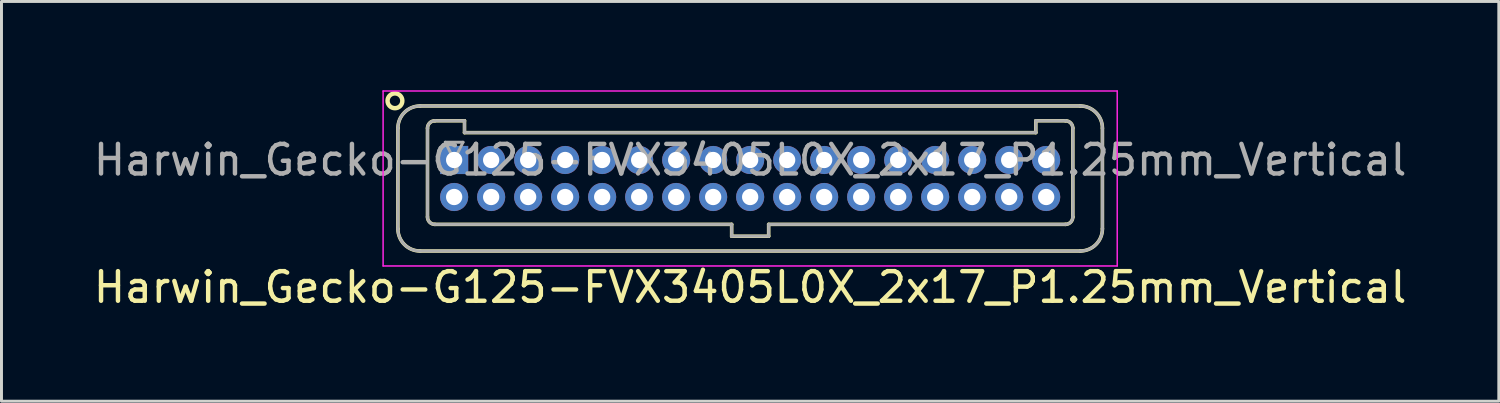
<source format=kicad_pcb>
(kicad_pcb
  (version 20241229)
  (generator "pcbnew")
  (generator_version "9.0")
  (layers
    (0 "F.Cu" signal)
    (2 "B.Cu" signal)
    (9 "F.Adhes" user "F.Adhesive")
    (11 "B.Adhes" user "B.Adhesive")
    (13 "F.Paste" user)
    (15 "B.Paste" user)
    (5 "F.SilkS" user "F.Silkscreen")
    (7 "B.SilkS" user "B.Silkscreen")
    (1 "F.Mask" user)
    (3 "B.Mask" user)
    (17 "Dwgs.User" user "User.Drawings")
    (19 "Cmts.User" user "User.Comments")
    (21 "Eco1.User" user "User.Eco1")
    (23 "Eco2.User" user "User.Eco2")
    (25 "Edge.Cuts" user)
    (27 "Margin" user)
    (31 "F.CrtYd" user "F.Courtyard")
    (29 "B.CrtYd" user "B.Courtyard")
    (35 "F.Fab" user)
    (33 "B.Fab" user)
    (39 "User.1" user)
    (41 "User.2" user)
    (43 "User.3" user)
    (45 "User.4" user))
  (footprint "Harwin_Gecko-G125-FVX3405L0X_2x17_P1.25mm_Vertical"
    (layer "F.Cu")
    (at 12.292 2.355)
    (property "Reference" "Harwin_Gecko-G125-FVX3405L0X_2x17_P1.25mm_Vertical" (at 10 4.3 0) (layer "F.SilkS") (effects (font (size 1 1) (thickness 0.15))))
    (attr through_hole)
    (fp_line (start -1.9 -1.075) (end -1.9 2.325) (stroke (width 0.12) (type solid)) (layer "F.SilkS"))
    (fp_line (start -1.15 -1.825) (end 21.15 -1.825) (stroke (width 0.12) (type solid)) (layer "F.SilkS"))
    (fp_line (start -1.15 3.075) (end 21.15 3.075) (stroke (width 0.12) (type solid)) (layer "F.SilkS"))
    (fp_line (start -0.9 -1.075) (end -0.9 1.925) (stroke (width 0.12) (type solid)) (layer "F.SilkS"))
    (fp_line (start -0.65 -1.325) (end 0.35 -1.325) (stroke (width 0.12) (type solid)) (layer "F.SilkS"))
    (fp_line (start -0.65 2.175) (end 9.375 2.175) (stroke (width 0.12) (type solid)) (layer "F.SilkS"))
    (fp_line (start 0.35 -1.325) (end 0.35 -0.925) (stroke (width 0.12) (type solid)) (layer "F.SilkS"))
    (fp_line (start 0.35 -0.925) (end 19.65 -0.925) (stroke (width 0.12) (type solid)) (layer "F.SilkS"))
    (fp_line (start 9.375 2.175) (end 9.375 2.575) (stroke (width 0.12) (type solid)) (layer "F.SilkS"))
    (fp_line (start 9.375 2.575) (end 10.625 2.575) (stroke (width 0.12) (type solid)) (layer "F.SilkS"))
    (fp_line (start 10.625 2.175) (end 20.65 2.175) (stroke (width 0.12) (type solid)) (layer "F.SilkS"))
    (fp_line (start 10.625 2.575) (end 10.625 2.175) (stroke (width 0.12) (type solid)) (layer "F.SilkS"))
    (fp_line (start 19.65 -1.325) (end 20.65 -1.325) (stroke (width 0.12) (type solid)) (layer "F.SilkS"))
    (fp_line (start 19.65 -0.925) (end 19.65 -1.325) (stroke (width 0.12) (type solid)) (layer "F.SilkS"))
    (fp_line (start 20.9 -1.075) (end 20.9 1.925) (stroke (width 0.12) (type solid)) (layer "F.SilkS"))
    (fp_line (start 21.9 -1.075) (end 21.9 2.325) (stroke (width 0.12) (type solid)) (layer "F.SilkS"))
    (fp_arc (start -1.9 -1.075) (mid -1.68033 -1.60533) (end -1.15 -1.825) (stroke (width 0.12) (type solid)) (layer "F.SilkS"))
    (fp_arc (start -1.15 3.075) (mid -1.68033 2.85533) (end -1.9 2.325) (stroke (width 0.12) (type solid)) (layer "F.SilkS"))
    (fp_arc (start -0.9 -1.075) (mid -0.826777 -1.251777) (end -0.65 -1.325) (stroke (width 0.12) (type solid)) (layer "F.SilkS"))
    (fp_arc (start -0.65 2.175) (mid -0.826777 2.101777) (end -0.9 1.925) (stroke (width 0.12) (type solid)) (layer "F.SilkS"))
    (fp_arc (start 20.65 -1.325) (mid 20.826777 -1.251777) (end 20.9 -1.075) (stroke (width 0.12) (type solid)) (layer "F.SilkS"))
    (fp_arc (start 20.9 1.925) (mid 20.826777 2.101777) (end 20.65 2.175) (stroke (width 0.12) (type solid)) (layer "F.SilkS"))
    (fp_arc (start 21.15 -1.825) (mid 21.68033 -1.60533) (end 21.9 -1.075) (stroke (width 0.12) (type solid)) (layer "F.SilkS"))
    (fp_arc (start 21.9 2.325) (mid 21.68033 2.85533) (end 21.15 3.075) (stroke (width 0.12) (type solid)) (layer "F.SilkS"))
    (fp_circle (center -2 -2) (end -1.75 -2) (stroke (width 0.15) (type solid)) (fill no) (layer "F.SilkS"))
    (fp_line (start -2.4 -2.33) (end -2.4 3.58) (stroke (width 0.05) (type solid)) (layer "F.CrtYd"))
    (fp_line (start -2.4 3.58) (end 22.4 3.58) (stroke (width 0.05) (type solid)) (layer "F.CrtYd"))
    (fp_line (start 22.4 -2.33) (end -2.4 -2.33) (stroke (width 0.05) (type solid)) (layer "F.CrtYd"))
    (fp_line (start 22.4 3.58) (end 22.4 -2.33) (stroke (width 0.05) (type solid)) (layer "F.CrtYd"))
    (fp_line (start -1.9 -1.075) (end -1.9 2.325) (stroke (width 0.1) (type solid)) (layer "F.Fab"))
    (fp_line (start -1.15 -1.825) (end 21.15 -1.825) (stroke (width 0.1) (type solid)) (layer "F.Fab"))
    (fp_line (start -1.15 3.075) (end 21.15 3.075) (stroke (width 0.1) (type solid)) (layer "F.Fab"))
    (fp_line (start -0.9 -1.075) (end -0.9 1.925) (stroke (width 0.1) (type solid)) (layer "F.Fab"))
    (fp_line (start -0.65 -1.325) (end 0.35 -1.325) (stroke (width 0.1) (type solid)) (layer "F.Fab"))
    (fp_line (start -0.65 2.175) (end 9.375 2.175) (stroke (width 0.1) (type solid)) (layer "F.Fab"))
    (fp_line (start -0.3 -0.6) (end 0.3 -0.6) (stroke (width 0.1) (type solid)) (layer "F.Fab"))
    (fp_line (start 0 0) (end -0.3 -0.6) (stroke (width 0.1) (type solid)) (layer "F.Fab"))
    (fp_line (start 0.3 -0.6) (end 0 0) (stroke (width 0.1) (type solid)) (layer "F.Fab"))
    (fp_line (start 0.35 -1.325) (end 0.35 -0.925) (stroke (width 0.1) (type solid)) (layer "F.Fab"))
    (fp_line (start 0.35 -0.925) (end 19.65 -0.925) (stroke (width 0.1) (type solid)) (layer "F.Fab"))
    (fp_line (start 9.375 2.175) (end 9.375 2.575) (stroke (width 0.1) (type solid)) (layer "F.Fab"))
    (fp_line (start 9.375 2.575) (end 10.625 2.575) (stroke (width 0.1) (type solid)) (layer "F.Fab"))
    (fp_line (start 10.625 2.175) (end 20.65 2.175) (stroke (width 0.1) (type solid)) (layer "F.Fab"))
    (fp_line (start 10.625 2.575) (end 10.625 2.175) (stroke (width 0.1) (type solid)) (layer "F.Fab"))
    (fp_line (start 19.65 -1.325) (end 20.65 -1.325) (stroke (width 0.1) (type solid)) (layer "F.Fab"))
    (fp_line (start 19.65 -0.925) (end 19.65 -1.325) (stroke (width 0.1) (type solid)) (layer "F.Fab"))
    (fp_line (start 20.9 -1.075) (end 20.9 1.925) (stroke (width 0.1) (type solid)) (layer "F.Fab"))
    (fp_line (start 21.9 -1.075) (end 21.9 2.325) (stroke (width 0.1) (type solid)) (layer "F.Fab"))
    (fp_arc (start -1.9 -1.075) (mid -1.68033 -1.60533) (end -1.15 -1.825) (stroke (width 0.1) (type solid)) (layer "F.Fab"))
    (fp_arc (start -1.15 3.075) (mid -1.68033 2.85533) (end -1.9 2.325) (stroke (width 0.1) (type solid)) (layer "F.Fab"))
    (fp_arc (start -0.9 -1.075) (mid -0.826777 -1.251777) (end -0.65 -1.325) (stroke (width 0.1) (type solid)) (layer "F.Fab"))
    (fp_arc (start -0.65 2.175) (mid -0.826777 2.101777) (end -0.9 1.925) (stroke (width 0.1) (type solid)) (layer "F.Fab"))
    (fp_arc (start 20.65 -1.325) (mid 20.826777 -1.251777) (end 20.9 -1.075) (stroke (width 0.1) (type solid)) (layer "F.Fab"))
    (fp_arc (start 20.9 1.925) (mid 20.826777 2.101777) (end 20.65 2.175) (stroke (width 0.1) (type solid)) (layer "F.Fab"))
    (fp_arc (start 21.15 -1.825) (mid 21.68033 -1.60533) (end 21.9 -1.075) (stroke (width 0.1) (type solid)) (layer "F.Fab"))
    (fp_arc (start 21.9 2.325) (mid 21.68033 2.85533) (end 21.15 3.075) (stroke (width 0.1) (type solid)) (layer "F.Fab"))
    (fp_text user "${REFERENCE}" (at 10 0 0) (layer "F.Fab") (effects (font (size 1 1) (thickness 0.15))))
    (pad "1" thru_hole rect (at 0 0) (size 0.95 0.95) (drill 0.55) (layers "*.Cu" "*.Mask"))
    (pad "2" thru_hole circle (at 0 1.25) (size 0.95 0.95) (drill 0.55) (layers "*.Cu" "*.Mask"))
    (pad "3" thru_hole circle (at 1.25 0) (size 0.95 0.95) (drill 0.55) (layers "*.Cu" "*.Mask"))
    (pad "4" thru_hole circle (at 1.25 1.25) (size 0.95 0.95) (drill 0.55) (layers "*.Cu" "*.Mask"))
    (pad "5" thru_hole circle (at 2.5 0) (size 0.95 0.95) (drill 0.55) (layers "*.Cu" "*.Mask"))
    (pad "6" thru_hole circle (at 2.5 1.25) (size 0.95 0.95) (drill 0.55) (layers "*.Cu" "*.Mask"))
    (pad "7" thru_hole circle (at 3.75 0) (size 0.95 0.95) (drill 0.55) (layers "*.Cu" "*.Mask"))
    (pad "8" thru_hole circle (at 3.75 1.25) (size 0.95 0.95) (drill 0.55) (layers "*.Cu" "*.Mask"))
    (pad "9" thru_hole circle (at 5 0) (size 0.95 0.95) (drill 0.55) (layers "*.Cu" "*.Mask"))
    (pad "10" thru_hole circle (at 5 1.25) (size 0.95 0.95) (drill 0.55) (layers "*.Cu" "*.Mask"))
    (pad "11" thru_hole circle (at 6.25 0) (size 0.95 0.95) (drill 0.55) (layers "*.Cu" "*.Mask"))
    (pad "12" thru_hole circle (at 6.25 1.25) (size 0.95 0.95) (drill 0.55) (layers "*.Cu" "*.Mask"))
    (pad "13" thru_hole circle (at 7.5 0) (size 0.95 0.95) (drill 0.55) (layers "*.Cu" "*.Mask"))
    (pad "14" thru_hole circle (at 7.5 1.25) (size 0.95 0.95) (drill 0.55) (layers "*.Cu" "*.Mask"))
    (pad "15" thru_hole circle (at 8.75 0) (size 0.95 0.95) (drill 0.55) (layers "*.Cu" "*.Mask"))
    (pad "16" thru_hole circle (at 8.75 1.25) (size 0.95 0.95) (drill 0.55) (layers "*.Cu" "*.Mask"))
    (pad "17" thru_hole circle (at 10 0) (size 0.95 0.95) (drill 0.55) (layers "*.Cu" "*.Mask"))
    (pad "18" thru_hole circle (at 10 1.25) (size 0.95 0.95) (drill 0.55) (layers "*.Cu" "*.Mask"))
    (pad "19" thru_hole circle (at 11.25 0) (size 0.95 0.95) (drill 0.55) (layers "*.Cu" "*.Mask"))
    (pad "20" thru_hole circle (at 11.25 1.25) (size 0.95 0.95) (drill 0.55) (layers "*.Cu" "*.Mask"))
    (pad "21" thru_hole circle (at 12.5 0) (size 0.95 0.95) (drill 0.55) (layers "*.Cu" "*.Mask"))
    (pad "22" thru_hole circle (at 12.5 1.25) (size 0.95 0.95) (drill 0.55) (layers "*.Cu" "*.Mask"))
    (pad "23" thru_hole circle (at 13.75 0) (size 0.95 0.95) (drill 0.55) (layers "*.Cu" "*.Mask"))
    (pad "24" thru_hole circle (at 13.75 1.25) (size 0.95 0.95) (drill 0.55) (layers "*.Cu" "*.Mask"))
    (pad "25" thru_hole circle (at 15 0) (size 0.95 0.95) (drill 0.55) (layers "*.Cu" "*.Mask"))
    (pad "26" thru_hole circle (at 15 1.25) (size 0.95 0.95) (drill 0.55) (layers "*.Cu" "*.Mask"))
    (pad "27" thru_hole circle (at 16.25 0) (size 0.95 0.95) (drill 0.55) (layers "*.Cu" "*.Mask"))
    (pad "28" thru_hole circle (at 16.25 1.25) (size 0.95 0.95) (drill 0.55) (layers "*.Cu" "*.Mask"))
    (pad "29" thru_hole circle (at 17.5 0) (size 0.95 0.95) (drill 0.55) (layers "*.Cu" "*.Mask"))
    (pad "30" thru_hole circle (at 17.5 1.25) (size 0.95 0.95) (drill 0.55) (layers "*.Cu" "*.Mask"))
    (pad "31" thru_hole circle (at 18.75 0) (size 0.95 0.95) (drill 0.55) (layers "*.Cu" "*.Mask"))
    (pad "32" thru_hole circle (at 18.75 1.25) (size 0.95 0.95) (drill 0.55) (layers "*.Cu" "*.Mask"))
    (pad "33" thru_hole circle (at 20 0) (size 0.95 0.95) (drill 0.55) (layers "*.Cu" "*.Mask"))
    (pad "34" thru_hole circle (at 20 1.25) (size 0.95 0.95) (drill 0.55) (layers "*.Cu" "*.Mask")))
  (gr_rect
    (start -3 -3)
    (end 47.583 10.503)
    (stroke (width 0.1) (type default))
    (fill no)
    (layer "Edge.Cuts")))
</source>
